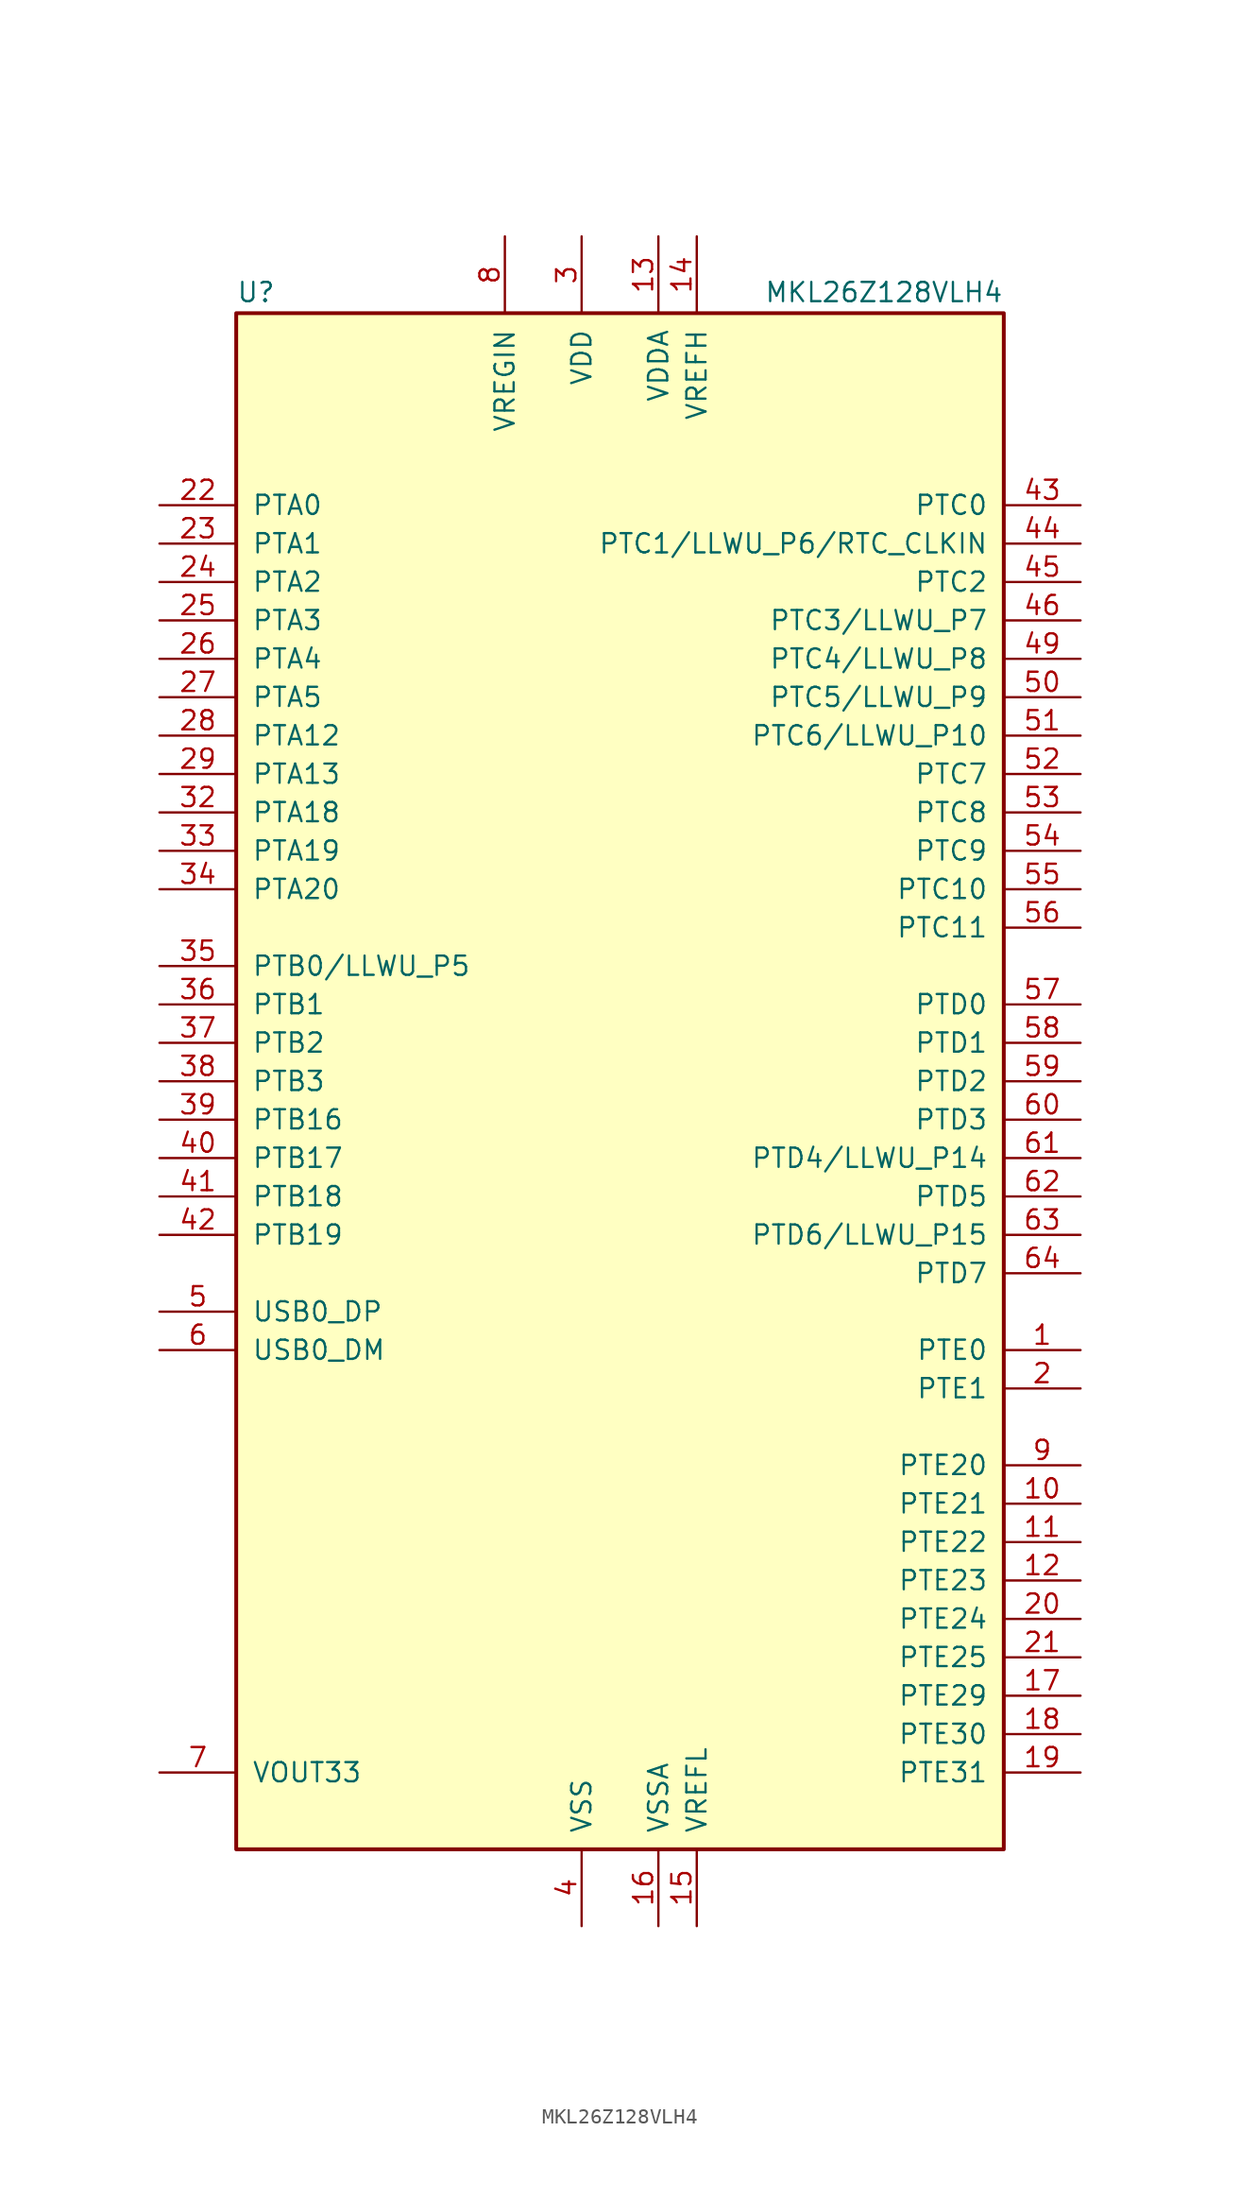
<source format=kicad_sym>
(kicad_symbol_lib
  (version 20241209)
  (generator "kicad_symbol_editor")
  (generator_version "9.0")
  (symbol "MKL26Z128VLH4"
    (pin_names
      (offset 1.016))
    (property "Reference" "U"
      (at -25.4 51.435 0)
      (effects (font (size 1.27 1.27)) (justify left bottom)))
    (property "Value" "MKL26Z128VLH4"
      (at 25.4 51.435 0)
      (effects (font (size 1.27 1.27)) (justify right bottom)))
    (symbol "MKL26Z128VLH4_0_1"
      (rectangle (start -25.4 50.8) (end 25.4 -50.8) (stroke (width 0.254) (type default)) (fill (type background))))
    (symbol "MKL26Z128VLH4_1_1"
      (pin bidirectional line (at -30.48 38.1 0) (length 5.08) (name "PTA0" (effects (font (size 1.27 1.27)))) (number "22" (effects (font (size 1.27 1.27)))))
      (pin bidirectional line (at -30.48 35.56 0) (length 5.08) (name "PTA1" (effects (font (size 1.27 1.27)))) (number "23" (effects (font (size 1.27 1.27)))))
      (pin bidirectional line (at -30.48 33.02 0) (length 5.08) (name "PTA2" (effects (font (size 1.27 1.27)))) (number "24" (effects (font (size 1.27 1.27)))))
      (pin bidirectional line (at -30.48 30.48 0) (length 5.08) (name "PTA3" (effects (font (size 1.27 1.27)))) (number "25" (effects (font (size 1.27 1.27)))))
      (pin bidirectional line (at -30.48 27.94 0) (length 5.08) (name "PTA4" (effects (font (size 1.27 1.27)))) (number "26" (effects (font (size 1.27 1.27)))))
      (pin bidirectional line (at -30.48 25.4 0) (length 5.08) (name "PTA5" (effects (font (size 1.27 1.27)))) (number "27" (effects (font (size 1.27 1.27)))))
      (pin bidirectional line (at -30.48 22.86 0) (length 5.08) (name "PTA12" (effects (font (size 1.27 1.27)))) (number "28" (effects (font (size 1.27 1.27)))))
      (pin bidirectional line (at -30.48 20.32 0) (length 5.08) (name "PTA13" (effects (font (size 1.27 1.27)))) (number "29" (effects (font (size 1.27 1.27)))))
      (pin bidirectional line (at -30.48 17.78 0) (length 5.08) (name "PTA18" (effects (font (size 1.27 1.27)))) (number "32" (effects (font (size 1.27 1.27)))))
      (pin bidirectional line (at -30.48 15.24 0) (length 5.08) (name "PTA19" (effects (font (size 1.27 1.27)))) (number "33" (effects (font (size 1.27 1.27)))))
      (pin bidirectional line (at -30.48 12.7 0) (length 5.08) (name "PTA20" (effects (font (size 1.27 1.27)))) (number "34" (effects (font (size 1.27 1.27)))))
      (pin bidirectional line (at -30.48 7.62 0) (length 5.08) (name "PTB0/LLWU_P5" (effects (font (size 1.27 1.27)))) (number "35" (effects (font (size 1.27 1.27)))))
      (pin bidirectional line (at -30.48 5.08 0) (length 5.08) (name "PTB1" (effects (font (size 1.27 1.27)))) (number "36" (effects (font (size 1.27 1.27)))))
      (pin bidirectional line (at -30.48 2.54 0) (length 5.08) (name "PTB2" (effects (font (size 1.27 1.27)))) (number "37" (effects (font (size 1.27 1.27)))))
      (pin bidirectional line (at -30.48 0 0) (length 5.08) (name "PTB3" (effects (font (size 1.27 1.27)))) (number "38" (effects (font (size 1.27 1.27)))))
      (pin bidirectional line (at -30.48 -2.54 0) (length 5.08) (name "PTB16" (effects (font (size 1.27 1.27)))) (number "39" (effects (font (size 1.27 1.27)))))
      (pin bidirectional line (at -30.48 -5.08 0) (length 5.08) (name "PTB17" (effects (font (size 1.27 1.27)))) (number "40" (effects (font (size 1.27 1.27)))))
      (pin bidirectional line (at -30.48 -7.62 0) (length 5.08) (name "PTB18" (effects (font (size 1.27 1.27)))) (number "41" (effects (font (size 1.27 1.27)))))
      (pin bidirectional line (at -30.48 -10.16 0) (length 5.08) (name "PTB19" (effects (font (size 1.27 1.27)))) (number "42" (effects (font (size 1.27 1.27)))))
      (pin bidirectional line (at -30.48 -15.24 0) (length 5.08) (name "USB0_DP" (effects (font (size 1.27 1.27)))) (number "5" (effects (font (size 1.27 1.27)))))
      (pin bidirectional line (at -30.48 -17.78 0) (length 5.08) (name "USB0_DM" (effects (font (size 1.27 1.27)))) (number "6" (effects (font (size 1.27 1.27)))))
      (pin power_out line (at -30.48 -45.72 0) (length 5.08) (name "VOUT33" (effects (font (size 1.27 1.27)))) (number "7" (effects (font (size 1.27 1.27)))))
      (pin power_in line (at -7.62 55.88 270) (length 5.08) (name "VREGIN" (effects (font (size 1.27 1.27)))) (number "8" (effects (font (size 1.27 1.27)))))
      (pin power_in line (at -2.54 55.88 270) (length 5.08) (name "VDD" (effects (font (size 1.27 1.27)))) (number "3" (effects (font (size 1.27 1.27)))))
      (pin passive line (at -2.54 55.88 270) (length 5.08) (hide yes) (name "VDD" (effects (font (size 1.27 1.27)))) (number "30" (effects (font (size 1.27 1.27)))))
      (pin passive line (at -2.54 55.88 270) (length 5.08) (hide yes) (name "VDD" (effects (font (size 1.27 1.27)))) (number "48" (effects (font (size 1.27 1.27)))))
      (pin passive line (at -2.54 -55.88 90) (length 5.08) (hide yes) (name "VSS" (effects (font (size 1.27 1.27)))) (number "31" (effects (font (size 1.27 1.27)))))
      (pin power_in line (at -2.54 -55.88 90) (length 5.08) (name "VSS" (effects (font (size 1.27 1.27)))) (number "4" (effects (font (size 1.27 1.27)))))
      (pin passive line (at -2.54 -55.88 90) (length 5.08) (hide yes) (name "VSS" (effects (font (size 1.27 1.27)))) (number "47" (effects (font (size 1.27 1.27)))))
      (pin power_in line (at 2.54 55.88 270) (length 5.08) (name "VDDA" (effects (font (size 1.27 1.27)))) (number "13" (effects (font (size 1.27 1.27)))))
      (pin power_in line (at 2.54 -55.88 90) (length 5.08) (name "VSSA" (effects (font (size 1.27 1.27)))) (number "16" (effects (font (size 1.27 1.27)))))
      (pin power_in line (at 5.08 55.88 270) (length 5.08) (name "VREFH" (effects (font (size 1.27 1.27)))) (number "14" (effects (font (size 1.27 1.27)))))
      (pin power_in line (at 5.08 -55.88 90) (length 5.08) (name "VREFL" (effects (font (size 1.27 1.27)))) (number "15" (effects (font (size 1.27 1.27)))))
      (pin bidirectional line (at 30.48 38.1 180) (length 5.08) (name "PTC0" (effects (font (size 1.27 1.27)))) (number "43" (effects (font (size 1.27 1.27)))))
      (pin bidirectional line (at 30.48 35.56 180) (length 5.08) (name "PTC1/LLWU_P6/RTC_CLKIN" (effects (font (size 1.27 1.27)))) (number "44" (effects (font (size 1.27 1.27)))))
      (pin bidirectional line (at 30.48 33.02 180) (length 5.08) (name "PTC2" (effects (font (size 1.27 1.27)))) (number "45" (effects (font (size 1.27 1.27)))))
      (pin bidirectional line (at 30.48 30.48 180) (length 5.08) (name "PTC3/LLWU_P7" (effects (font (size 1.27 1.27)))) (number "46" (effects (font (size 1.27 1.27)))))
      (pin bidirectional line (at 30.48 27.94 180) (length 5.08) (name "PTC4/LLWU_P8" (effects (font (size 1.27 1.27)))) (number "49" (effects (font (size 1.27 1.27)))))
      (pin bidirectional line (at 30.48 25.4 180) (length 5.08) (name "PTC5/LLWU_P9" (effects (font (size 1.27 1.27)))) (number "50" (effects (font (size 1.27 1.27)))))
      (pin bidirectional line (at 30.48 22.86 180) (length 5.08) (name "PTC6/LLWU_P10" (effects (font (size 1.27 1.27)))) (number "51" (effects (font (size 1.27 1.27)))))
      (pin bidirectional line (at 30.48 20.32 180) (length 5.08) (name "PTC7" (effects (font (size 1.27 1.27)))) (number "52" (effects (font (size 1.27 1.27)))))
      (pin bidirectional line (at 30.48 17.78 180) (length 5.08) (name "PTC8" (effects (font (size 1.27 1.27)))) (number "53" (effects (font (size 1.27 1.27)))))
      (pin bidirectional line (at 30.48 15.24 180) (length 5.08) (name "PTC9" (effects (font (size 1.27 1.27)))) (number "54" (effects (font (size 1.27 1.27)))))
      (pin bidirectional line (at 30.48 12.7 180) (length 5.08) (name "PTC10" (effects (font (size 1.27 1.27)))) (number "55" (effects (font (size 1.27 1.27)))))
      (pin bidirectional line (at 30.48 10.16 180) (length 5.08) (name "PTC11" (effects (font (size 1.27 1.27)))) (number "56" (effects (font (size 1.27 1.27)))))
      (pin bidirectional line (at 30.48 5.08 180) (length 5.08) (name "PTD0" (effects (font (size 1.27 1.27)))) (number "57" (effects (font (size 1.27 1.27)))))
      (pin bidirectional line (at 30.48 2.54 180) (length 5.08) (name "PTD1" (effects (font (size 1.27 1.27)))) (number "58" (effects (font (size 1.27 1.27)))))
      (pin bidirectional line (at 30.48 0 180) (length 5.08) (name "PTD2" (effects (font (size 1.27 1.27)))) (number "59" (effects (font (size 1.27 1.27)))))
      (pin bidirectional line (at 30.48 -2.54 180) (length 5.08) (name "PTD3" (effects (font (size 1.27 1.27)))) (number "60" (effects (font (size 1.27 1.27)))))
      (pin bidirectional line (at 30.48 -5.08 180) (length 5.08) (name "PTD4/LLWU_P14" (effects (font (size 1.27 1.27)))) (number "61" (effects (font (size 1.27 1.27)))))
      (pin bidirectional line (at 30.48 -7.62 180) (length 5.08) (name "PTD5" (effects (font (size 1.27 1.27)))) (number "62" (effects (font (size 1.27 1.27)))))
      (pin bidirectional line (at 30.48 -10.16 180) (length 5.08) (name "PTD6/LLWU_P15" (effects (font (size 1.27 1.27)))) (number "63" (effects (font (size 1.27 1.27)))))
      (pin bidirectional line (at 30.48 -12.7 180) (length 5.08) (name "PTD7" (effects (font (size 1.27 1.27)))) (number "64" (effects (font (size 1.27 1.27)))))
      (pin bidirectional line (at 30.48 -17.78 180) (length 5.08) (name "PTE0" (effects (font (size 1.27 1.27)))) (number "1" (effects (font (size 1.27 1.27)))))
      (pin bidirectional line (at 30.48 -20.32 180) (length 5.08) (name "PTE1" (effects (font (size 1.27 1.27)))) (number "2" (effects (font (size 1.27 1.27)))))
      (pin bidirectional line (at 30.48 -25.4 180) (length 5.08) (name "PTE20" (effects (font (size 1.27 1.27)))) (number "9" (effects (font (size 1.27 1.27)))))
      (pin bidirectional line (at 30.48 -27.94 180) (length 5.08) (name "PTE21" (effects (font (size 1.27 1.27)))) (number "10" (effects (font (size 1.27 1.27)))))
      (pin bidirectional line (at 30.48 -30.48 180) (length 5.08) (name "PTE22" (effects (font (size 1.27 1.27)))) (number "11" (effects (font (size 1.27 1.27)))))
      (pin bidirectional line (at 30.48 -33.02 180) (length 5.08) (name "PTE23" (effects (font (size 1.27 1.27)))) (number "12" (effects (font (size 1.27 1.27)))))
      (pin bidirectional line (at 30.48 -35.56 180) (length 5.08) (name "PTE24" (effects (font (size 1.27 1.27)))) (number "20" (effects (font (size 1.27 1.27)))))
      (pin bidirectional line (at 30.48 -38.1 180) (length 5.08) (name "PTE25" (effects (font (size 1.27 1.27)))) (number "21" (effects (font (size 1.27 1.27)))))
      (pin bidirectional line (at 30.48 -40.64 180) (length 5.08) (name "PTE29" (effects (font (size 1.27 1.27)))) (number "17" (effects (font (size 1.27 1.27)))))
      (pin bidirectional line (at 30.48 -43.18 180) (length 5.08) (name "PTE30" (effects (font (size 1.27 1.27)))) (number "18" (effects (font (size 1.27 1.27)))))
      (pin bidirectional line (at 30.48 -45.72 180) (length 5.08) (name "PTE31" (effects (font (size 1.27 1.27)))) (number "19" (effects (font (size 1.27 1.27))))))))
</source>
